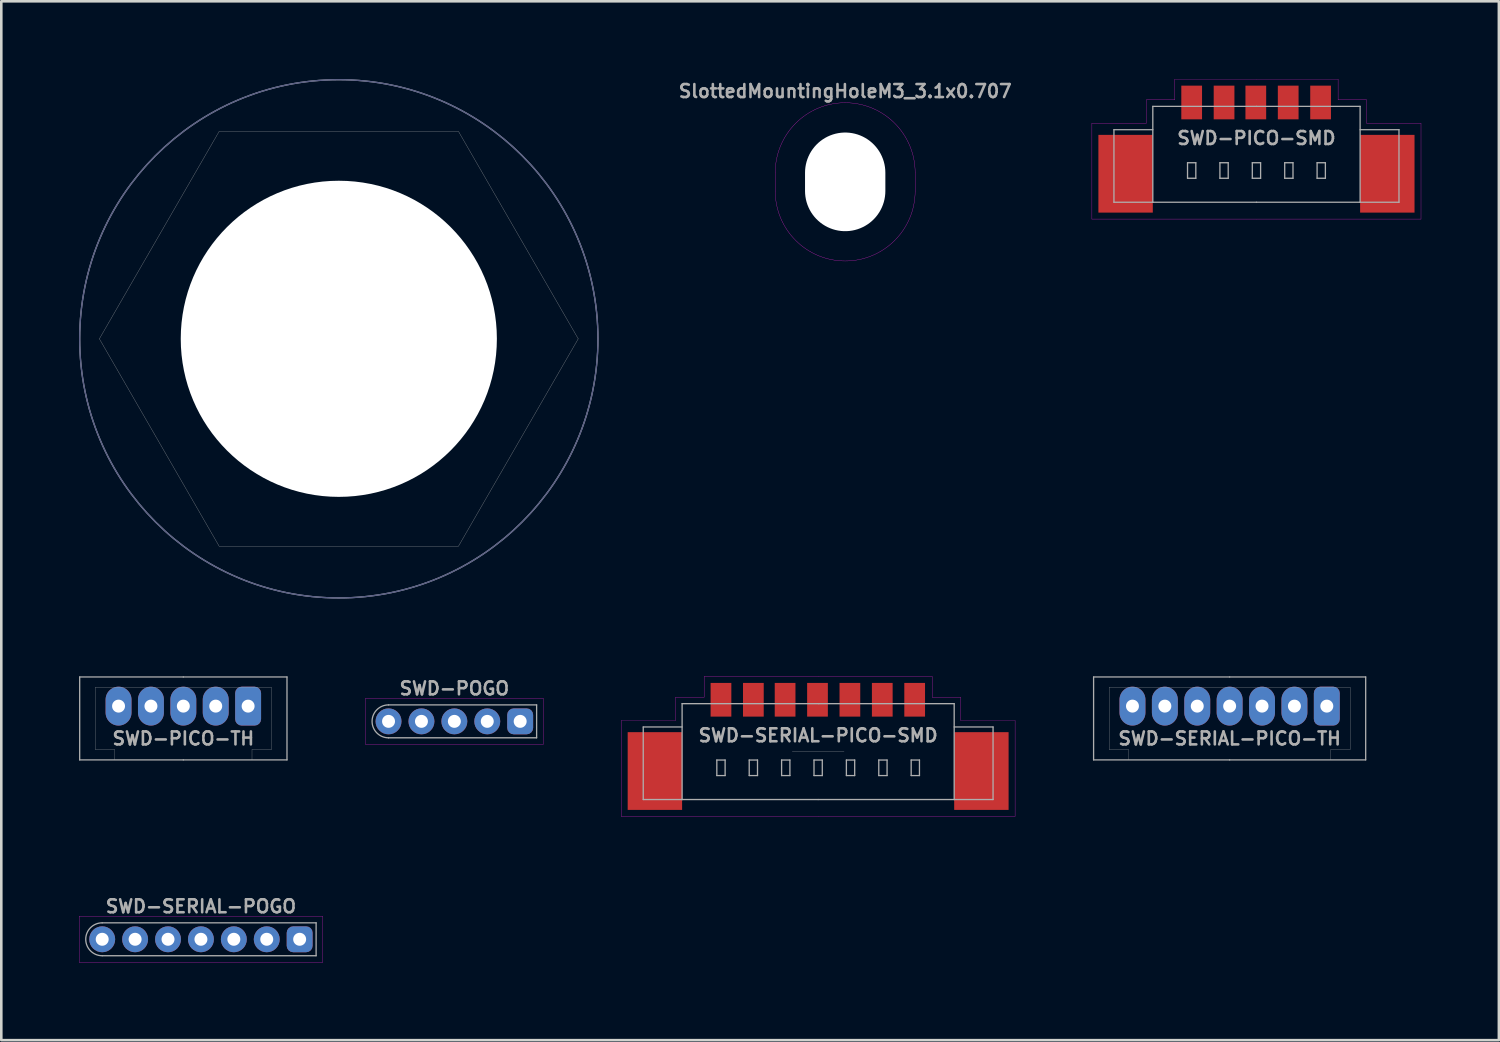
<source format=kicad_pcb>
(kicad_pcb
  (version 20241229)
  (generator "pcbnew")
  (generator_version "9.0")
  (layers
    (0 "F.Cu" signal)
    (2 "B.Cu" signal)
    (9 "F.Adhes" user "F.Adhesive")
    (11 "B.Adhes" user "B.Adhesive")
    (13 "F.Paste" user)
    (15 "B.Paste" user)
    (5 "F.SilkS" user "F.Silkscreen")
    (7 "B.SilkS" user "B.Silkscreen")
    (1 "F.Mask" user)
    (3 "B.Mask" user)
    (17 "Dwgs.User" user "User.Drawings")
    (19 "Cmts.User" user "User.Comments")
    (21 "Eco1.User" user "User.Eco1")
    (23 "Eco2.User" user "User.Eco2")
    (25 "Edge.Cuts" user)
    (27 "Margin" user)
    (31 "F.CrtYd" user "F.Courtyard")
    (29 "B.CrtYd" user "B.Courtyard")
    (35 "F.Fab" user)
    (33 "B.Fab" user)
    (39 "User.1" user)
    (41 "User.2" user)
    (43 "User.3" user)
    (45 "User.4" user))
  (footprint "SWD-SERIAL-PICO-TH"
    (layer "F.Cu")
    (at 44.403 24.2)
    (property "Reference" "SWD-SERIAL-PICO-TH" (at 0 1.25 0) (layer "F.Fab") (effects (font (size 0.5 0.5) (thickness 0.1))))
    (attr through_hole)
    (fp_line (start -5.25 -1.125) (end 0 -1.125) (stroke (width 0.05) (type solid)) (layer "F.Fab"))
    (fp_line (start -5.25 2.075) (end -5.25 -1.125) (stroke (width 0.05) (type solid)) (layer "F.Fab"))
    (fp_line (start -4.65 1.675) (end -4.65 -0.725) (stroke (width 0.01) (type solid)) (layer "F.Fab"))
    (fp_line (start -4.65 1.675) (end -3.9 1.675) (stroke (width 0.01) (type solid)) (layer "F.Fab"))
    (fp_line (start -3.9 2.075) (end -3.9 1.675) (stroke (width 0.01) (type solid)) (layer "F.Fab"))
    (fp_line (start 0 -1.125) (end 5.25 -1.125) (stroke (width 0.05) (type solid)) (layer "F.Fab"))
    (fp_line (start 0 -0.725) (end -4.65 -0.725) (stroke (width 0.01) (type solid)) (layer "F.Fab"))
    (fp_line (start 0 2.075) (end -5.25 2.075) (stroke (width 0.05) (type solid)) (layer "F.Fab"))
    (fp_line (start 3.9 1.675) (end 4.65 1.675) (stroke (width 0.01) (type solid)) (layer "F.Fab"))
    (fp_line (start 3.9 2.075) (end 3.9 1.675) (stroke (width 0.01) (type solid)) (layer "F.Fab"))
    (fp_line (start 4.65 -0.725) (end 0 -0.725) (stroke (width 0.01) (type solid)) (layer "F.Fab"))
    (fp_line (start 4.65 1.675) (end 4.65 -0.725) (stroke (width 0.01) (type solid)) (layer "F.Fab"))
    (fp_line (start 5.25 -1.125) (end 5.25 2.075) (stroke (width 0.05) (type solid)) (layer "F.Fab"))
    (fp_line (start 5.25 2.075) (end 0 2.075) (stroke (width 0.05) (type solid)) (layer "F.Fab"))
    (pad "1" thru_hole roundrect (at 3.75 0) (size 1 1.5) (drill 0.5) (layers "*.Cu" "*.Mask") (roundrect_rratio 0.25))
    (pad "2" thru_hole oval (at 2.5 0) (size 1 1.5) (drill 0.5) (layers "*.Cu" "*.Mask"))
    (pad "3" thru_hole oval (at 1.25 0) (size 1 1.5) (drill 0.5) (layers "*.Cu" "*.Mask"))
    (pad "4" thru_hole oval (at 0 0) (size 1 1.5) (drill 0.5) (layers "*.Cu" "*.Mask"))
    (pad "5" thru_hole oval (at -1.25 0) (size 1 1.5) (drill 0.5) (layers "*.Cu" "*.Mask"))
    (pad "6" thru_hole oval (at -2.5 0) (size 1 1.5) (drill 0.5) (layers "*.Cu" "*.Mask"))
    (pad "7" thru_hole oval (at -3.75 0) (size 1 1.5) (drill 0.5) (layers "*.Cu" "*.Mask")))
  (footprint "SWD-PICO-SMD"
    (layer "F.Cu")
    (at 45.438 2.28)
    (property "Reference" "SWD-PICO-SMD" (at 0 0 0) (layer "F.Fab") (effects (font (size 0.5 0.5) (thickness 0.1))))
    (attr smd)
    (fp_line (start -6.35 -0.575) (end -6.35 3.125) (stroke (width 0.01) (type solid)) (layer "F.CrtYd"))
    (fp_line (start -6.35 -0.575) (end -4.25 -0.575) (stroke (width 0.01) (type solid)) (layer "F.CrtYd"))
    (fp_line (start -6.35 3.125) (end 0 3.125) (stroke (width 0.01) (type solid)) (layer "F.CrtYd"))
    (fp_line (start -4.25 -0.575) (end -4.25 -1.475) (stroke (width 0.01) (type solid)) (layer "F.CrtYd"))
    (fp_line (start -3.15 -2.275) (end -3.15 -1.475) (stroke (width 0.01) (type solid)) (layer "F.CrtYd"))
    (fp_line (start -3.15 -1.475) (end -4.25 -1.475) (stroke (width 0.01) (type solid)) (layer "F.CrtYd"))
    (fp_line (start 0 -2.275) (end -3.15 -2.275) (stroke (width 0.01) (type solid)) (layer "F.CrtYd"))
    (fp_line (start 0 -2.275) (end 3.15 -2.275) (stroke (width 0.01) (type solid)) (layer "F.CrtYd"))
    (fp_line (start 3.15 -2.275) (end 3.15 -1.475) (stroke (width 0.01) (type solid)) (layer "F.CrtYd"))
    (fp_line (start 3.15 -1.475) (end 4.25 -1.475) (stroke (width 0.01) (type solid)) (layer "F.CrtYd"))
    (fp_line (start 4.25 -1.475) (end 4.25 -0.575) (stroke (width 0.01) (type solid)) (layer "F.CrtYd"))
    (fp_line (start 4.25 -0.575) (end 6.35 -0.575) (stroke (width 0.01) (type solid)) (layer "F.CrtYd"))
    (fp_line (start 6.35 -0.575) (end 6.35 3.125) (stroke (width 0.01) (type solid)) (layer "F.CrtYd"))
    (fp_line (start 6.35 3.125) (end 0 3.125) (stroke (width 0.01) (type solid)) (layer "F.CrtYd"))
    (fp_line (start -5.5 -0.325) (end -4 -0.325) (stroke (width 0.05) (type solid)) (layer "F.Fab"))
    (fp_line (start -5.5 2.475) (end -5.5 -0.325) (stroke (width 0.05) (type solid)) (layer "F.Fab"))
    (fp_line (start -4 -1.225) (end -4 2.475) (stroke (width 0.05) (type solid)) (layer "F.Fab"))
    (fp_line (start -4 2.475) (end -5.5 2.475) (stroke (width 0.05) (type solid)) (layer "F.Fab"))
    (fp_line (start -4 2.475) (end 0 2.475) (stroke (width 0.05) (type solid)) (layer "F.Fab"))
    (fp_line (start -2.66 0.95) (end -2.34 0.95) (stroke (width 0.05) (type solid)) (layer "F.Fab"))
    (fp_line (start -2.66 1.55) (end -2.66 0.95) (stroke (width 0.05) (type solid)) (layer "F.Fab"))
    (fp_line (start -2.34 1.55) (end -2.66 1.55) (stroke (width 0.05) (type solid)) (layer "F.Fab"))
    (fp_line (start -2.34 1.55) (end -2.34 0.95) (stroke (width 0.05) (type solid)) (layer "F.Fab"))
    (fp_line (start -1.41 0.95) (end -1.09 0.95) (stroke (width 0.05) (type solid)) (layer "F.Fab"))
    (fp_line (start -1.41 1.55) (end -1.41 0.95) (stroke (width 0.05) (type solid)) (layer "F.Fab"))
    (fp_line (start -1.09 1.55) (end -1.41 1.55) (stroke (width 0.05) (type solid)) (layer "F.Fab"))
    (fp_line (start -1.09 1.55) (end -1.09 0.95) (stroke (width 0.05) (type solid)) (layer "F.Fab"))
    (fp_line (start -0.16 0.95) (end -0.16 1.55) (stroke (width 0.05) (type solid)) (layer "F.Fab"))
    (fp_line (start -0.16 0.95) (end 0.16 0.95) (stroke (width 0.05) (type solid)) (layer "F.Fab"))
    (fp_line (start 0 -1.225) (end -4 -1.225) (stroke (width 0.05) (type solid)) (layer "F.Fab"))
    (fp_line (start 0 2.475) (end 4 2.475) (stroke (width 0.05) (type solid)) (layer "F.Fab"))
    (fp_line (start 0.16 0.95) (end 0.16 1.55) (stroke (width 0.05) (type solid)) (layer "F.Fab"))
    (fp_line (start 0.16 1.55) (end -0.16 1.55) (stroke (width 0.05) (type solid)) (layer "F.Fab"))
    (fp_line (start 1.09 0.95) (end 1.09 1.55) (stroke (width 0.05) (type solid)) (layer "F.Fab"))
    (fp_line (start 1.09 0.95) (end 1.41 0.95) (stroke (width 0.05) (type solid)) (layer "F.Fab"))
    (fp_line (start 1.41 0.95) (end 1.41 1.55) (stroke (width 0.05) (type solid)) (layer "F.Fab"))
    (fp_line (start 1.41 1.55) (end 1.09 1.55) (stroke (width 0.05) (type solid)) (layer "F.Fab"))
    (fp_line (start 2.34 0.95) (end 2.34 1.55) (stroke (width 0.05) (type solid)) (layer "F.Fab"))
    (fp_line (start 2.34 0.95) (end 2.66 0.95) (stroke (width 0.05) (type solid)) (layer "F.Fab"))
    (fp_line (start 2.66 0.95) (end 2.66 1.55) (stroke (width 0.05) (type solid)) (layer "F.Fab"))
    (fp_line (start 2.66 1.55) (end 2.34 1.55) (stroke (width 0.05) (type solid)) (layer "F.Fab"))
    (fp_line (start 4 -1.225) (end 0 -1.225) (stroke (width 0.05) (type solid)) (layer "F.Fab"))
    (fp_line (start 4 2.475) (end 4 -1.225) (stroke (width 0.05) (type solid)) (layer "F.Fab"))
    (fp_line (start 4 2.475) (end 5.5 2.475) (stroke (width 0.05) (type solid)) (layer "F.Fab"))
    (fp_line (start 5.5 -0.325) (end 4 -0.325) (stroke (width 0.05) (type solid)) (layer "F.Fab"))
    (fp_line (start 5.5 2.475) (end 5.5 -0.325) (stroke (width 0.05) (type solid)) (layer "F.Fab"))
    (pad "" smd rect (at -5.05 1.375) (size 2.1 3) (layers "F.Cu" "F.Mask" "F.Paste"))
    (pad "" smd rect (at 5.05 1.375) (size 2.1 3) (layers "F.Cu" "F.Mask" "F.Paste"))
    (pad "1" smd rect (at -2.5 -1.375) (size 0.8 1.3) (layers "F.Cu" "F.Mask" "F.Paste"))
    (pad "2" smd rect (at -1.25 -1.375) (size 0.8 1.3) (layers "F.Cu" "F.Mask" "F.Paste"))
    (pad "3" smd rect (at -0.025 -1.375) (size 0.8 1.3) (layers "F.Cu" "F.Mask" "F.Paste"))
    (pad "4" smd rect (at 1.225 -1.375) (size 0.8 1.3) (layers "F.Cu" "F.Mask" "F.Paste"))
    (pad "5" smd rect (at 2.475 -1.375) (size 0.8 1.3) (layers "F.Cu" "F.Mask" "F.Paste")))
  (footprint "SWD-SERIAL-PICO-SMD"
    (layer "F.Cu")
    (at 28.523 25.33)
    (property "Reference" "SWD-SERIAL-PICO-SMD" (at 0 0 0) (layer "F.Fab") (effects (font (size 0.5 0.5) (thickness 0.1))))
    (attr smd)
    (fp_line (start -7.6 -0.575) (end -7.6 3.125) (stroke (width 0.01) (type solid)) (layer "F.CrtYd"))
    (fp_line (start -7.6 -0.575) (end -5.5 -0.575) (stroke (width 0.01) (type solid)) (layer "F.CrtYd"))
    (fp_line (start -7.6 3.125) (end 0 3.125) (stroke (width 0.01) (type solid)) (layer "F.CrtYd"))
    (fp_line (start -5.5 -0.575) (end -5.5 -1.475) (stroke (width 0.01) (type solid)) (layer "F.CrtYd"))
    (fp_line (start -4.4 -2.275) (end -4.4 -1.475) (stroke (width 0.01) (type solid)) (layer "F.CrtYd"))
    (fp_line (start -4.4 -1.475) (end -5.5 -1.475) (stroke (width 0.01) (type solid)) (layer "F.CrtYd"))
    (fp_line (start 0 -2.275) (end -4.4 -2.275) (stroke (width 0.01) (type solid)) (layer "F.CrtYd"))
    (fp_line (start 0 -2.275) (end 4.4 -2.275) (stroke (width 0.01) (type solid)) (layer "F.CrtYd"))
    (fp_line (start 4.4 -2.275) (end 4.4 -1.475) (stroke (width 0.01) (type solid)) (layer "F.CrtYd"))
    (fp_line (start 4.4 -1.475) (end 5.5 -1.475) (stroke (width 0.01) (type solid)) (layer "F.CrtYd"))
    (fp_line (start 5.5 -1.475) (end 5.5 -0.575) (stroke (width 0.01) (type solid)) (layer "F.CrtYd"))
    (fp_line (start 5.5 -0.575) (end 7.6 -0.575) (stroke (width 0.01) (type solid)) (layer "F.CrtYd"))
    (fp_line (start 7.6 -0.575) (end 7.6 3.125) (stroke (width 0.01) (type solid)) (layer "F.CrtYd"))
    (fp_line (start 7.6 3.125) (end 0 3.125) (stroke (width 0.01) (type solid)) (layer "F.CrtYd"))
    (fp_line (start -6.75 -0.325) (end -5.25 -0.325) (stroke (width 0.05) (type solid)) (layer "F.Fab"))
    (fp_line (start -6.75 2.475) (end -6.75 -0.325) (stroke (width 0.05) (type solid)) (layer "F.Fab"))
    (fp_line (start -5.25 -1.225) (end -5.25 2.475) (stroke (width 0.05) (type solid)) (layer "F.Fab"))
    (fp_line (start -5.25 2.475) (end -6.75 2.475) (stroke (width 0.05) (type solid)) (layer "F.Fab"))
    (fp_line (start -5.25 2.475) (end 0 2.475) (stroke (width 0.05) (type solid)) (layer "F.Fab"))
    (fp_line (start -3.91 0.95) (end -3.59 0.95) (stroke (width 0.05) (type solid)) (layer "F.Fab"))
    (fp_line (start -3.91 1.55) (end -3.91 0.95) (stroke (width 0.05) (type solid)) (layer "F.Fab"))
    (fp_line (start -3.59 1.55) (end -3.91 1.55) (stroke (width 0.05) (type solid)) (layer "F.Fab"))
    (fp_line (start -3.59 1.55) (end -3.59 0.95) (stroke (width 0.05) (type solid)) (layer "F.Fab"))
    (fp_line (start -2.66 0.95) (end -2.34 0.95) (stroke (width 0.05) (type solid)) (layer "F.Fab"))
    (fp_line (start -2.66 1.55) (end -2.66 0.95) (stroke (width 0.05) (type solid)) (layer "F.Fab"))
    (fp_line (start -2.34 1.55) (end -2.66 1.55) (stroke (width 0.05) (type solid)) (layer "F.Fab"))
    (fp_line (start -2.34 1.55) (end -2.34 0.95) (stroke (width 0.05) (type solid)) (layer "F.Fab"))
    (fp_line (start -1.41 0.95) (end -1.41 1.55) (stroke (width 0.05) (type solid)) (layer "F.Fab"))
    (fp_line (start -1.41 0.95) (end -1.09 0.95) (stroke (width 0.05) (type solid)) (layer "F.Fab"))
    (fp_line (start -1.09 0.95) (end -1.09 1.55) (stroke (width 0.05) (type solid)) (layer "F.Fab"))
    (fp_line (start -1.09 1.55) (end -1.41 1.55) (stroke (width 0.05) (type solid)) (layer "F.Fab"))
    (fp_line (start -1 0.62) (end 1 0.62) (stroke (width 0.01) (type solid)) (layer "F.Fab"))
    (fp_line (start -0.16 0.95) (end -0.16 1.55) (stroke (width 0.05) (type solid)) (layer "F.Fab"))
    (fp_line (start -0.16 0.95) (end 0.16 0.95) (stroke (width 0.05) (type solid)) (layer "F.Fab"))
    (fp_line (start 0 2.475) (end 5.25 2.475) (stroke (width 0.05) (type solid)) (layer "F.Fab"))
    (fp_line (start 0.025 -1.225) (end -5.25 -1.225) (stroke (width 0.05) (type solid)) (layer "F.Fab"))
    (fp_line (start 0.16 0.95) (end 0.16 1.55) (stroke (width 0.05) (type solid)) (layer "F.Fab"))
    (fp_line (start 0.16 1.55) (end -0.16 1.55) (stroke (width 0.05) (type solid)) (layer "F.Fab"))
    (fp_line (start 1.09 0.95) (end 1.09 1.55) (stroke (width 0.05) (type solid)) (layer "F.Fab"))
    (fp_line (start 1.09 0.95) (end 1.41 0.95) (stroke (width 0.05) (type solid)) (layer "F.Fab"))
    (fp_line (start 1.41 0.95) (end 1.41 1.55) (stroke (width 0.05) (type solid)) (layer "F.Fab"))
    (fp_line (start 1.41 1.55) (end 1.09 1.55) (stroke (width 0.05) (type solid)) (layer "F.Fab"))
    (fp_line (start 2.34 0.95) (end 2.34 1.55) (stroke (width 0.05) (type solid)) (layer "F.Fab"))
    (fp_line (start 2.34 0.95) (end 2.66 0.95) (stroke (width 0.05) (type solid)) (layer "F.Fab"))
    (fp_line (start 2.66 0.95) (end 2.66 1.55) (stroke (width 0.05) (type solid)) (layer "F.Fab"))
    (fp_line (start 2.66 1.55) (end 2.34 1.55) (stroke (width 0.05) (type solid)) (layer "F.Fab"))
    (fp_line (start 3.59 0.95) (end 3.59 1.55) (stroke (width 0.05) (type solid)) (layer "F.Fab"))
    (fp_line (start 3.59 0.95) (end 3.91 0.95) (stroke (width 0.05) (type solid)) (layer "F.Fab"))
    (fp_line (start 3.91 0.95) (end 3.91 1.55) (stroke (width 0.05) (type solid)) (layer "F.Fab"))
    (fp_line (start 3.91 1.55) (end 3.59 1.55) (stroke (width 0.05) (type solid)) (layer "F.Fab"))
    (fp_line (start 5.25 -1.225) (end 0.025 -1.225) (stroke (width 0.05) (type solid)) (layer "F.Fab"))
    (fp_line (start 5.25 2.475) (end 5.25 -1.225) (stroke (width 0.05) (type solid)) (layer "F.Fab"))
    (fp_line (start 5.25 2.475) (end 6.75 2.475) (stroke (width 0.05) (type solid)) (layer "F.Fab"))
    (fp_line (start 6.75 -0.325) (end 5.25 -0.325) (stroke (width 0.05) (type solid)) (layer "F.Fab"))
    (fp_line (start 6.75 2.475) (end 6.75 -0.325) (stroke (width 0.05) (type solid)) (layer "F.Fab"))
    (pad "" smd rect (at -6.3 1.375) (size 2.1 3) (layers "F.Cu" "F.Mask" "F.Paste"))
    (pad "" smd rect (at 6.3 1.375) (size 2.1 3) (layers "F.Cu" "F.Mask" "F.Paste"))
    (pad "1" smd rect (at -3.75 -1.375) (size 0.8 1.3) (layers "F.Cu" "F.Mask" "F.Paste"))
    (pad "2" smd rect (at -2.5 -1.375) (size 0.8 1.3) (layers "F.Cu" "F.Mask" "F.Paste"))
    (pad "3" smd rect (at -1.275 -1.375) (size 0.8 1.3) (layers "F.Cu" "F.Mask" "F.Paste"))
    (pad "4" smd rect (at -0.025 -1.375) (size 0.8 1.3) (layers "F.Cu" "F.Mask" "F.Paste"))
    (pad "5" smd rect (at 1.225 -1.375) (size 0.8 1.3) (layers "F.Cu" "F.Mask" "F.Paste"))
    (pad "6" smd rect (at 2.475 -1.375) (size 0.8 1.3) (layers "F.Cu" "F.Mask" "F.Paste"))
    (pad "7" smd rect (at 3.725 -1.375) (size 0.8 1.3) (layers "F.Cu" "F.Mask" "F.Paste")))
  (footprint "SWD-SERIAL-POGO"
    (layer "F.Cu")
    (at 4.704 33.198)
    (property "Reference" "SWD-SERIAL-POGO" (at 0 -1.27 0) (layer "F.Fab") (effects (font (size 0.5 0.5) (thickness 0.1))))
    (attr through_hole)
    (fp_line (start -4.699 -0.889) (end -4.699 0.889) (stroke (width 0.01) (type solid)) (layer "F.CrtYd"))
    (fp_line (start -4.699 0.889) (end 4.699 0.889) (stroke (width 0.01) (type solid)) (layer "F.CrtYd"))
    (fp_line (start 4.699 -0.889) (end -4.699 -0.889) (stroke (width 0.01) (type solid)) (layer "F.CrtYd"))
    (fp_line (start 4.699 0.889) (end 4.699 -0.889) (stroke (width 0.01) (type solid)) (layer "F.CrtYd"))
    (fp_line (start -3.81 -0.635) (end 4.445 -0.635) (stroke (width 0.05) (type solid)) (layer "F.Fab"))
    (fp_line (start 4.445 -0.635) (end 4.445 0.635) (stroke (width 0.05) (type solid)) (layer "F.Fab"))
    (fp_line (start 4.445 0.635) (end -3.81 0.635) (stroke (width 0.05) (type solid)) (layer "F.Fab"))
    (fp_arc (start -3.81 0.635) (mid -4.445 0) (end -3.81 -0.635) (stroke (width 0.05) (type solid)) (layer "F.Fab"))
    (pad "1" thru_hole roundrect (at 3.81 0) (size 1 1) (drill 0.5) (layers "*.Cu" "*.Mask") (roundrect_rratio 0.25))
    (pad "2" thru_hole circle (at 2.54 0) (size 1 1) (drill 0.5) (layers "*.Cu" "*.Mask"))
    (pad "3" thru_hole circle (at 1.27 0) (size 1 1) (drill 0.5) (layers "*.Cu" "*.Mask"))
    (pad "4" thru_hole circle (at 0 0) (size 1 1) (drill 0.5) (layers "*.Cu" "*.Mask"))
    (pad "5" thru_hole circle (at -1.27 0) (size 1 1) (drill 0.5) (layers "*.Cu" "*.Mask"))
    (pad "6" thru_hole circle (at -2.54 0) (size 1 1) (drill 0.5) (layers "*.Cu" "*.Mask"))
    (pad "7" thru_hole circle (at -3.81 0) (size 1 1) (drill 0.5) (layers "*.Cu" "*.Mask")))
  (footprint "CABLE_GLAND_M12"
    (layer "F.Cu")
    (at 10.025 10.025)
    (property "Reference" "CABLE_GLAND_M12" (at 0 -0.5 0) (unlocked yes) (layer "F.Fab") (effects (font (size 0.5 0.5) (thickness 0.1))))
    (attr through_hole)
    (fp_circle (center 0 0) (end 10 0) (stroke (width 0.05) (type solid)) (fill no) (layer "B.Fab"))
    (fp_line (start -9.24 0) (end -4.62 -8) (stroke (width 0.01) (type solid)) (layer "F.Fab"))
    (fp_line (start -4.62 -8) (end 4.62 -8) (stroke (width 0.01) (type solid)) (layer "F.Fab"))
    (fp_line (start -4.62 8) (end -9.24 0) (stroke (width 0.01) (type solid)) (layer "F.Fab"))
    (fp_line (start -4.62 8) (end 4.62 8) (stroke (width 0.01) (type solid)) (layer "F.Fab"))
    (fp_line (start 4.62 -8) (end 9.24 0) (stroke (width 0.01) (type solid)) (layer "F.Fab"))
    (fp_line (start 9.24 0) (end 4.62 8) (stroke (width 0.01) (type solid)) (layer "F.Fab"))
    (fp_circle (center 0 0) (end 10 0) (stroke (width 0.05) (type solid)) (fill no) (layer "F.Fab"))
    (pad "" np_thru_hole circle (at 0 0) (size 12.2 12.2) (drill 12.2) (layers "*.Cu" "*.Mask")))
  (footprint "SWD-POGO"
    (layer "F.Cu")
    (at 14.484 24.788)
    (property "Reference" "SWD-POGO" (at 0 -1.27 0) (layer "F.Fab") (effects (font (size 0.5 0.5) (thickness 0.1))))
    (attr through_hole)
    (fp_line (start -3.429 -0.889) (end -3.429 0.889) (stroke (width 0.01) (type solid)) (layer "F.CrtYd"))
    (fp_line (start -3.429 0.889) (end 3.429 0.889) (stroke (width 0.01) (type solid)) (layer "F.CrtYd"))
    (fp_line (start 3.429 -0.889) (end -3.429 -0.889) (stroke (width 0.01) (type solid)) (layer "F.CrtYd"))
    (fp_line (start 3.429 0.889) (end 3.429 -0.889) (stroke (width 0.01) (type solid)) (layer "F.CrtYd"))
    (fp_line (start -2.54 -0.635) (end 3.175 -0.635) (stroke (width 0.05) (type solid)) (layer "F.Fab"))
    (fp_line (start 3.175 -0.635) (end 3.175 0.635) (stroke (width 0.05) (type solid)) (layer "F.Fab"))
    (fp_line (start 3.175 0.635) (end -2.54 0.635) (stroke (width 0.05) (type solid)) (layer "F.Fab"))
    (fp_arc (start -2.54 0.635) (mid -3.175 0) (end -2.54 -0.635) (stroke (width 0.05) (type solid)) (layer "F.Fab"))
    (pad "1" thru_hole roundrect (at 2.54 0) (size 1 1) (drill 0.5) (layers "*.Cu" "*.Mask") (roundrect_rratio 0.25))
    (pad "2" thru_hole circle (at 1.27 0) (size 1 1) (drill 0.5) (layers "*.Cu" "*.Mask"))
    (pad "3" thru_hole circle (at 0 0) (size 1 1) (drill 0.5) (layers "*.Cu" "*.Mask"))
    (pad "4" thru_hole circle (at -1.27 0) (size 1 1) (drill 0.5) (layers "*.Cu" "*.Mask"))
    (pad "5" thru_hole circle (at -2.54 0) (size 1 1) (drill 0.5) (layers "*.Cu" "*.Mask")))
  (footprint "SWD-PICO-TH"
    (layer "F.Cu")
    (at 4.025 24.2)
    (property "Reference" "SWD-PICO-TH" (at 0 1.25 0) (layer "F.Fab") (effects (font (size 0.5 0.5) (thickness 0.1))))
    (attr through_hole)
    (fp_line (start -4 -1.125) (end 0 -1.125) (stroke (width 0.05) (type solid)) (layer "F.Fab"))
    (fp_line (start -4 2.075) (end -4 -1.125) (stroke (width 0.05) (type solid)) (layer "F.Fab"))
    (fp_line (start -3.4 1.675) (end -3.4 -0.725) (stroke (width 0.01) (type solid)) (layer "F.Fab"))
    (fp_line (start -3.4 1.675) (end -2.65 1.675) (stroke (width 0.01) (type solid)) (layer "F.Fab"))
    (fp_line (start -2.65 2.075) (end -2.65 1.675) (stroke (width 0.01) (type solid)) (layer "F.Fab"))
    (fp_line (start 0 -1.125) (end 4 -1.125) (stroke (width 0.05) (type solid)) (layer "F.Fab"))
    (fp_line (start 0 -0.725) (end -3.4 -0.725) (stroke (width 0.01) (type solid)) (layer "F.Fab"))
    (fp_line (start 0 2.075) (end -4 2.075) (stroke (width 0.05) (type solid)) (layer "F.Fab"))
    (fp_line (start 2.65 1.675) (end 3.4 1.675) (stroke (width 0.01) (type solid)) (layer "F.Fab"))
    (fp_line (start 2.65 2.075) (end 2.65 1.675) (stroke (width 0.01) (type solid)) (layer "F.Fab"))
    (fp_line (start 3.4 -0.725) (end 0 -0.725) (stroke (width 0.01) (type solid)) (layer "F.Fab"))
    (fp_line (start 3.4 1.675) (end 3.4 -0.725) (stroke (width 0.01) (type solid)) (layer "F.Fab"))
    (fp_line (start 4 -1.125) (end 4 2.075) (stroke (width 0.05) (type solid)) (layer "F.Fab"))
    (fp_line (start 4 2.075) (end 0 2.075) (stroke (width 0.05) (type solid)) (layer "F.Fab"))
    (pad "1" thru_hole roundrect (at 2.5 0) (size 1 1.5) (drill 0.5) (layers "*.Cu" "*.Mask") (roundrect_rratio 0.25))
    (pad "2" thru_hole oval (at 1.25 0) (size 1 1.5) (drill 0.5) (layers "*.Cu" "*.Mask"))
    (pad "3" thru_hole oval (at 0 0) (size 1 1.5) (drill 0.5) (layers "*.Cu" "*.Mask"))
    (pad "4" thru_hole oval (at -1.25 0) (size 1 1.5) (drill 0.5) (layers "*.Cu" "*.Mask"))
    (pad "5" thru_hole oval (at -2.5 0) (size 1 1.5) (drill 0.5) (layers "*.Cu" "*.Mask")))
  (footprint "SlottedMountingHoleM3_3.1x0.707"
    (layer "F.Cu")
    (at 29.567 3.968)
    (property "Reference" "SlottedMountingHoleM3_3.1x0.707" (at 0 -3.5 0) (layer "F.Fab") (effects (font (size 0.5 0.5) (thickness 0.1))))
    (attr exclude_from_pos_files exclude_from_bom)
    (fp_line (start -2.7 -0.353) (end -2.7 0.353) (stroke (width 0.01) (type solid)) (layer "F.CrtYd"))
    (fp_line (start 2.7 -0.353) (end 2.7 0.353) (stroke (width 0.01) (type solid)) (layer "F.CrtYd"))
    (fp_arc (start -2.7 -0.3535) (mid 0 -3.0535) (end 2.7 -0.3535) (stroke (width 0.01) (type solid)) (layer "F.CrtYd"))
    (fp_arc (start 2.7 0.3535) (mid 0 3.0535) (end -2.7 0.3535) (stroke (width 0.01) (type solid)) (layer "F.CrtYd"))
    (pad "" np_thru_hole oval (at 0 0) (size 3.1 3.807) (drill oval 3.1 3.807) (layers "*.Cu" "*.Mask")))
  (gr_rect
    (start -3 -3)
    (end 54.793 37.092)
    (stroke (width 0.1) (type default))
    (fill no)
    (layer "Edge.Cuts")))
</source>
